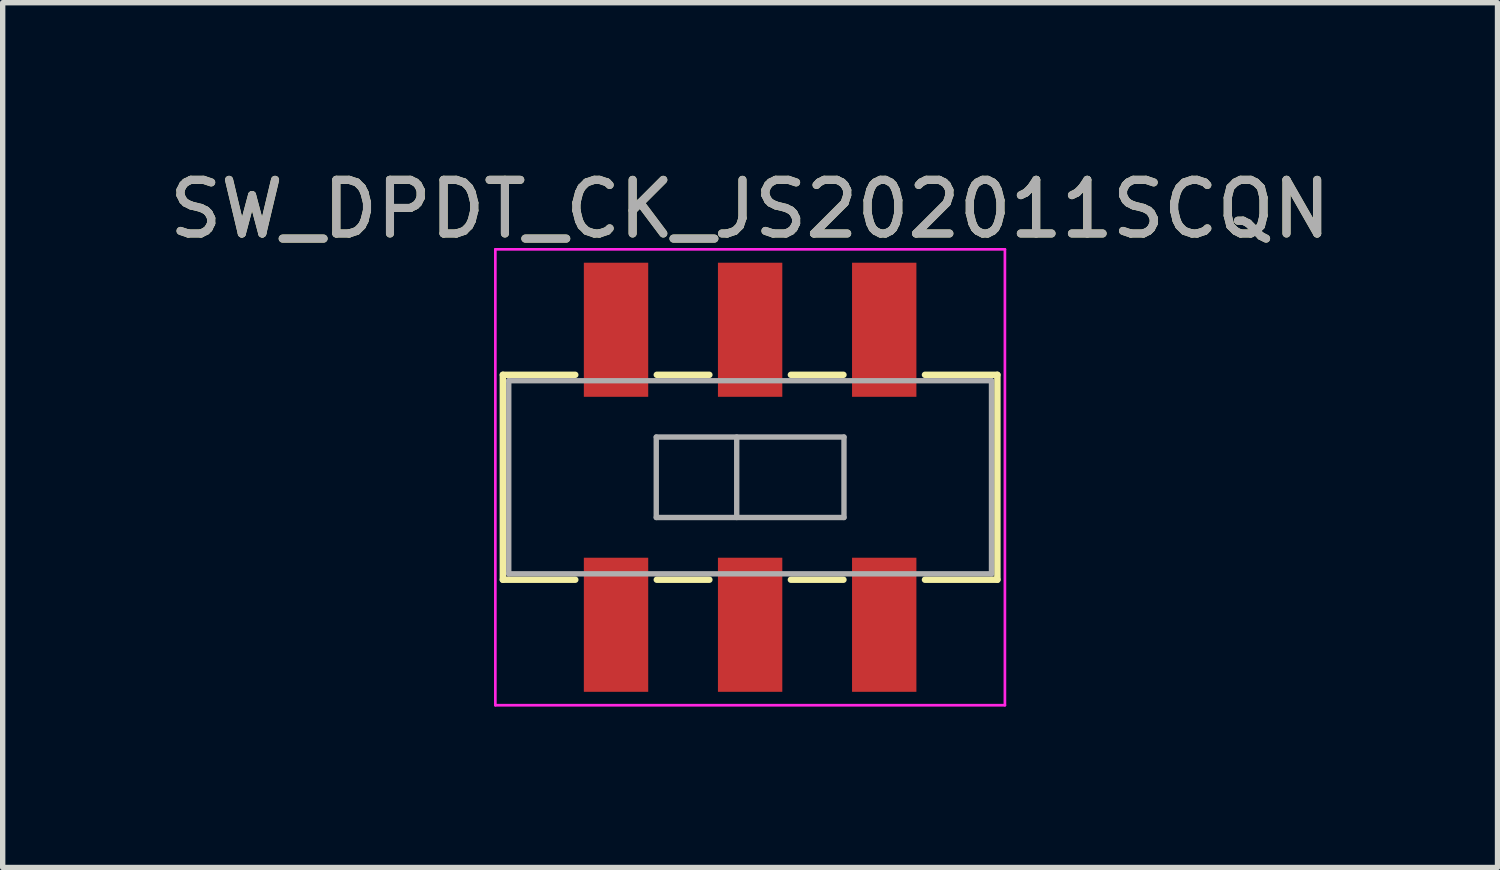
<source format=kicad_pcb>
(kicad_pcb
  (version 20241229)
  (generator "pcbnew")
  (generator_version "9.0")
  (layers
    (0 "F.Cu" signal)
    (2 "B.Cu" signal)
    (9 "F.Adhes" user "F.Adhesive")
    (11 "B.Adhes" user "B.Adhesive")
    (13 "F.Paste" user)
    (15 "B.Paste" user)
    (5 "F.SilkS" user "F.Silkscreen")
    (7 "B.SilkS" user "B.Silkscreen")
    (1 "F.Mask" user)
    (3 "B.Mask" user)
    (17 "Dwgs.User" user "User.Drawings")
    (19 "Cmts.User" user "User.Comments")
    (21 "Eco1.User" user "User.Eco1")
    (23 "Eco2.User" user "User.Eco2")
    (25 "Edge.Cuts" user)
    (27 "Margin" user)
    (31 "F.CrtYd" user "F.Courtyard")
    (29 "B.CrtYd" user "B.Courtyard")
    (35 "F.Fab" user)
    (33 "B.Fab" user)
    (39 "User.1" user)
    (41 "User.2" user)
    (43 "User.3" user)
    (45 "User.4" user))
  (footprint "SW_DPDT_CK_JS202011SCQN"
    (layer "F.Cu")
    (at 10.935 5.848)
    (property "Reference" "SW_DPDT_CK_JS202011SCQN" (at 0 -5 0) (layer "F.SilkS") (effects (font (size 1 1) (thickness 0.15))))
    (attr smd)
    (fp_line (start -4.61 -1.91) (end -4.61 1.91) (stroke (width 0.12) (type solid)) (layer "F.SilkS"))
    (fp_line (start -4.61 1.91) (end -3.26 1.91) (stroke (width 0.12) (type solid)) (layer "F.SilkS"))
    (fp_line (start -3.26 -1.91) (end -4.61 -1.91) (stroke (width 0.12) (type solid)) (layer "F.SilkS"))
    (fp_line (start -0.76 -1.91) (end -1.74 -1.91) (stroke (width 0.12) (type solid)) (layer "F.SilkS"))
    (fp_line (start -0.76 1.91) (end -1.74 1.91) (stroke (width 0.12) (type solid)) (layer "F.SilkS"))
    (fp_line (start 1.74 -1.91) (end 0.76 -1.91) (stroke (width 0.12) (type solid)) (layer "F.SilkS"))
    (fp_line (start 1.74 1.91) (end 0.76 1.91) (stroke (width 0.12) (type solid)) (layer "F.SilkS"))
    (fp_line (start 4.61 -1.91) (end 3.26 -1.91) (stroke (width 0.12) (type solid)) (layer "F.SilkS"))
    (fp_line (start 4.61 -1.91) (end 4.61 1.91) (stroke (width 0.12) (type solid)) (layer "F.SilkS"))
    (fp_line (start 4.61 1.91) (end 3.26 1.91) (stroke (width 0.12) (type solid)) (layer "F.SilkS"))
    (fp_line (start -4.75 -4.25) (end -4.75 4.25) (stroke (width 0.05) (type solid)) (layer "F.CrtYd"))
    (fp_line (start -4.75 -4.25) (end 4.75 -4.25) (stroke (width 0.05) (type solid)) (layer "F.CrtYd"))
    (fp_line (start 4.75 -4.25) (end 4.75 4.25) (stroke (width 0.05) (type solid)) (layer "F.CrtYd"))
    (fp_line (start 4.75 4.25) (end -4.75 4.25) (stroke (width 0.05) (type solid)) (layer "F.CrtYd"))
    (fp_line (start -4.5 -1.8) (end 4.5 -1.8) (stroke (width 0.1) (type solid)) (layer "F.Fab"))
    (fp_line (start -4.5 1.8) (end -4.5 -1.8) (stroke (width 0.1) (type solid)) (layer "F.Fab"))
    (fp_line (start -1.75 -0.75) (end -1.75 0.75) (stroke (width 0.1) (type solid)) (layer "F.Fab"))
    (fp_line (start -1.75 -0.75) (end 1.75 -0.75) (stroke (width 0.1) (type solid)) (layer "F.Fab"))
    (fp_line (start -0.25 -0.75) (end -0.25 0.75) (stroke (width 0.1) (type solid)) (layer "F.Fab"))
    (fp_line (start 1.75 -0.75) (end 1.75 0.75) (stroke (width 0.1) (type solid)) (layer "F.Fab"))
    (fp_line (start 1.75 0.75) (end -1.75 0.75) (stroke (width 0.1) (type solid)) (layer "F.Fab"))
    (fp_line (start 4.5 -1.8) (end 4.5 1.8) (stroke (width 0.1) (type solid)) (layer "F.Fab"))
    (fp_line (start 4.5 1.8) (end -4.5 1.8) (stroke (width 0.1) (type solid)) (layer "F.Fab"))
    (fp_text user "${REFERENCE}" (at 0 -5 0) (layer "F.Fab") (effects (font (size 1 1) (thickness 0.15))))
    (pad "1" smd rect (at -2.5 -2.75) (size 1.2 2.5) (layers "F.Cu" "F.Mask" "F.Paste"))
    (pad "2" smd rect (at 0 -2.75) (size 1.2 2.5) (layers "F.Cu" "F.Mask" "F.Paste"))
    (pad "3" smd rect (at 2.5 -2.75) (size 1.2 2.5) (layers "F.Cu" "F.Mask" "F.Paste"))
    (pad "4" smd rect (at -2.5 2.75) (size 1.2 2.5) (layers "F.Cu" "F.Mask" "F.Paste"))
    (pad "5" smd rect (at 0 2.75) (size 1.2 2.5) (layers "F.Cu" "F.Mask" "F.Paste"))
    (pad "6" smd rect (at 2.5 2.75) (size 1.2 2.5) (layers "F.Cu" "F.Mask" "F.Paste")))
  (gr_rect
    (start -3 -3)
    (end 24.869 13.123)
    (stroke (width 0.1) (type default))
    (fill no)
    (layer "Edge.Cuts")))
</source>
